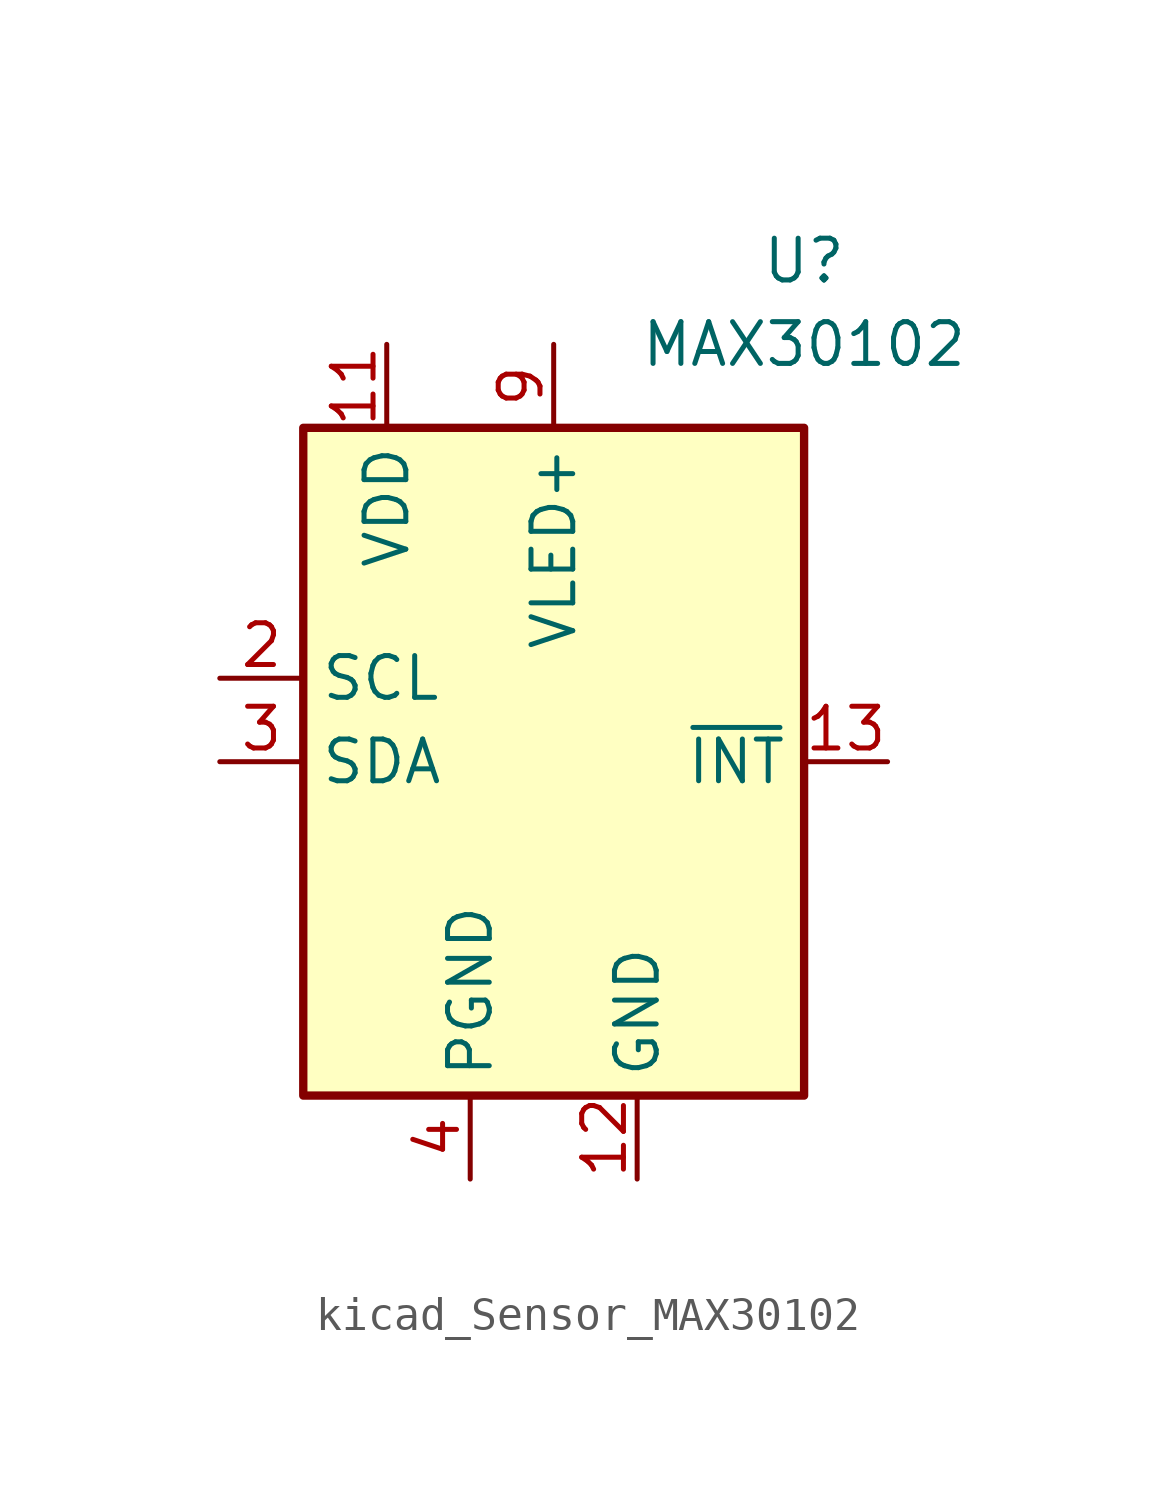
<source format=kicad_sym>
(kicad_symbol_lib
  (version 20220914)
  (generator kicad_symbol_editor)
  (symbol "kicad_Sensor_MAX30102"
    (property "Reference" "U"
      (at 7.62 15.24 0)
      (effects (font (size 1.27 1.27))))
    (property "Value" "MAX30102"
      (at 7.62 12.7 0)
      (effects (font (size 1.27 1.27))))
    (symbol "kicad_Sensor_MAX30102_0_1"
      (rectangle (start -7.62 10.16) (end 7.62 -10.16) (stroke (width 0.254) (type default)) (fill (type background))))
    (symbol "kicad_Sensor_MAX30102_1_1"
      (pin no_connect line (at -7.62 5.08 0) (length 2.54) hide (name "NC" (effects (font (size 1.27 1.27)))) (number "1" (effects (font (size 1.27 1.27)))))
      (pin passive line (at 0 12.7 270) (length 2.54) hide (name "VLED+" (effects (font (size 1.27 1.27)))) (number "10" (effects (font (size 1.27 1.27)))))
      (pin power_in line (at -5.08 12.7 270) (length 2.54) (name "VDD" (effects (font (size 1.27 1.27)))) (number "11" (effects (font (size 1.27 1.27)))))
      (pin power_in line (at 2.54 -12.7 90) (length 2.54) (name "GND" (effects (font (size 1.27 1.27)))) (number "12" (effects (font (size 1.27 1.27)))))
      (pin output line (at 10.16 0 180) (length 2.54) (name "~{INT}" (effects (font (size 1.27 1.27)))) (number "13" (effects (font (size 1.27 1.27)))))
      (pin no_connect line (at 7.62 2.54 180) (length 2.54) hide (name "NC" (effects (font (size 1.27 1.27)))) (number "14" (effects (font (size 1.27 1.27)))))
      (pin input line (at -10.16 2.54 0) (length 2.54) (name "SCL" (effects (font (size 1.27 1.27)))) (number "2" (effects (font (size 1.27 1.27)))))
      (pin bidirectional line (at -10.16 0 0) (length 2.54) (name "SDA" (effects (font (size 1.27 1.27)))) (number "3" (effects (font (size 1.27 1.27)))))
      (pin power_in line (at -2.54 -12.7 90) (length 2.54) (name "PGND" (effects (font (size 1.27 1.27)))) (number "4" (effects (font (size 1.27 1.27)))))
      (pin no_connect line (at 7.62 -7.62 180) (length 2.54) hide (name "NC" (effects (font (size 1.27 1.27)))) (number "5" (effects (font (size 1.27 1.27)))))
      (pin no_connect line (at 7.62 -5.08 180) (length 2.54) hide (name "NC" (effects (font (size 1.27 1.27)))) (number "6" (effects (font (size 1.27 1.27)))))
      (pin no_connect line (at -7.62 -2.54 0) (length 2.54) hide (name "NC" (effects (font (size 1.27 1.27)))) (number "7" (effects (font (size 1.27 1.27)))))
      (pin no_connect line (at 7.62 5.08 180) (length 2.54) hide (name "NC" (effects (font (size 1.27 1.27)))) (number "8" (effects (font (size 1.27 1.27)))))
      (pin power_in line (at 0 12.7 270) (length 2.54) (name "VLED+" (effects (font (size 1.27 1.27)))) (number "9" (effects (font (size 1.27 1.27))))))))
</source>
